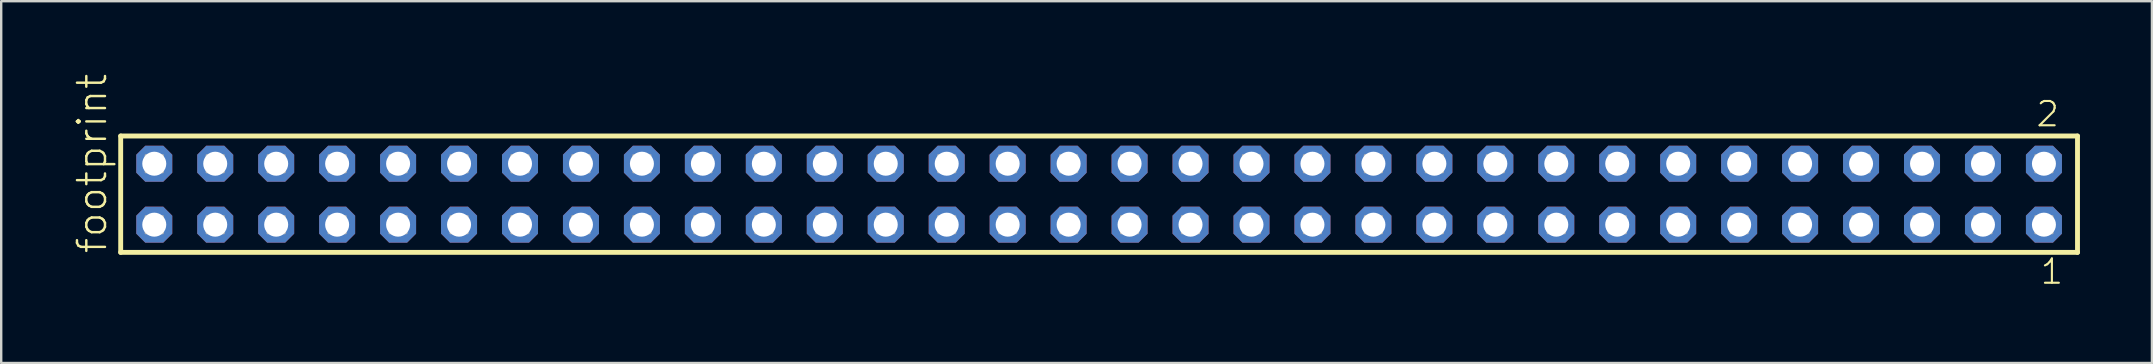
<source format=kicad_pcb>
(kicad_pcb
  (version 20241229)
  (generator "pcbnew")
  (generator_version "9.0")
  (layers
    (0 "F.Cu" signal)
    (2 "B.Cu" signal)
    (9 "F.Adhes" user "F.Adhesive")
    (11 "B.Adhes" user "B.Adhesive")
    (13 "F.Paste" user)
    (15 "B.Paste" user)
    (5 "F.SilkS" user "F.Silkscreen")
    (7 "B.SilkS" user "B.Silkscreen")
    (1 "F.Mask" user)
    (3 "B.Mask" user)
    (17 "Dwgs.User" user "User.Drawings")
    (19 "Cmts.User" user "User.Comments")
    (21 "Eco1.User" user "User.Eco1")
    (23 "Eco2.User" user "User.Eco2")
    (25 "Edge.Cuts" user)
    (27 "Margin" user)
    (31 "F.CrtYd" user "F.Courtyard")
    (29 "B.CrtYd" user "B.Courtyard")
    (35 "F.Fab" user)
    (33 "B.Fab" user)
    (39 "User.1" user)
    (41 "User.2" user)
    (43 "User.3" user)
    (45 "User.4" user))
  (footprint "footprint"
    (layer "F.Cu")
    (at 42.748 5.042)
    (property "Reference" "footprint" (at -41.275 2.54 90) (layer "F.SilkS") (effects (font (size 1.168 1.168) (thickness 0.102)) (justify left bottom)))
    (fp_line (start -40.769 -2.425) (end 40.769 -2.425) (stroke (width 0.203) (type solid)) (layer "F.SilkS"))
    (fp_line (start -40.769 2.425) (end -40.769 -2.425) (stroke (width 0.203) (type solid)) (layer "F.SilkS"))
    (fp_line (start 40.769 -2.425) (end 40.769 2.425) (stroke (width 0.203) (type solid)) (layer "F.SilkS"))
    (fp_line (start 40.769 2.425) (end -40.769 2.425) (stroke (width 0.203) (type solid)) (layer "F.SilkS"))
    (fp_poly (pts (xy -39.72 -0.92) (xy -39.02 -0.92) (xy -39.02 -1.62) (xy -39.72 -1.62)) (stroke (width 0.1) (type solid)) (fill no) (layer "F.Fab"))
    (fp_poly (pts (xy -39.72 1.62) (xy -39.02 1.62) (xy -39.02 0.92) (xy -39.72 0.92)) (stroke (width 0.1) (type solid)) (fill no) (layer "F.Fab"))
    (fp_poly (pts (xy -37.18 -0.92) (xy -36.48 -0.92) (xy -36.48 -1.62) (xy -37.18 -1.62)) (stroke (width 0.1) (type solid)) (fill no) (layer "F.Fab"))
    (fp_poly (pts (xy -37.18 1.62) (xy -36.48 1.62) (xy -36.48 0.92) (xy -37.18 0.92)) (stroke (width 0.1) (type solid)) (fill no) (layer "F.Fab"))
    (fp_poly (pts (xy -34.64 -0.92) (xy -33.94 -0.92) (xy -33.94 -1.62) (xy -34.64 -1.62)) (stroke (width 0.1) (type solid)) (fill no) (layer "F.Fab"))
    (fp_poly (pts (xy -34.64 1.62) (xy -33.94 1.62) (xy -33.94 0.92) (xy -34.64 0.92)) (stroke (width 0.1) (type solid)) (fill no) (layer "F.Fab"))
    (fp_poly (pts (xy -32.1 -0.92) (xy -31.4 -0.92) (xy -31.4 -1.62) (xy -32.1 -1.62)) (stroke (width 0.1) (type solid)) (fill no) (layer "F.Fab"))
    (fp_poly (pts (xy -32.1 1.62) (xy -31.4 1.62) (xy -31.4 0.92) (xy -32.1 0.92)) (stroke (width 0.1) (type solid)) (fill no) (layer "F.Fab"))
    (fp_poly (pts (xy -29.56 -0.92) (xy -28.86 -0.92) (xy -28.86 -1.62) (xy -29.56 -1.62)) (stroke (width 0.1) (type solid)) (fill no) (layer "F.Fab"))
    (fp_poly (pts (xy -29.56 1.62) (xy -28.86 1.62) (xy -28.86 0.92) (xy -29.56 0.92)) (stroke (width 0.1) (type solid)) (fill no) (layer "F.Fab"))
    (fp_poly (pts (xy -27.02 -0.92) (xy -26.32 -0.92) (xy -26.32 -1.62) (xy -27.02 -1.62)) (stroke (width 0.1) (type solid)) (fill no) (layer "F.Fab"))
    (fp_poly (pts (xy -27.02 1.62) (xy -26.32 1.62) (xy -26.32 0.92) (xy -27.02 0.92)) (stroke (width 0.1) (type solid)) (fill no) (layer "F.Fab"))
    (fp_poly (pts (xy -24.48 -0.92) (xy -23.78 -0.92) (xy -23.78 -1.62) (xy -24.48 -1.62)) (stroke (width 0.1) (type solid)) (fill no) (layer "F.Fab"))
    (fp_poly (pts (xy -24.48 1.62) (xy -23.78 1.62) (xy -23.78 0.92) (xy -24.48 0.92)) (stroke (width 0.1) (type solid)) (fill no) (layer "F.Fab"))
    (fp_poly (pts (xy -21.94 -0.92) (xy -21.24 -0.92) (xy -21.24 -1.62) (xy -21.94 -1.62)) (stroke (width 0.1) (type solid)) (fill no) (layer "F.Fab"))
    (fp_poly (pts (xy -21.94 1.62) (xy -21.24 1.62) (xy -21.24 0.92) (xy -21.94 0.92)) (stroke (width 0.1) (type solid)) (fill no) (layer "F.Fab"))
    (fp_poly (pts (xy -19.4 -0.92) (xy -18.7 -0.92) (xy -18.7 -1.62) (xy -19.4 -1.62)) (stroke (width 0.1) (type solid)) (fill no) (layer "F.Fab"))
    (fp_poly (pts (xy -19.4 1.62) (xy -18.7 1.62) (xy -18.7 0.92) (xy -19.4 0.92)) (stroke (width 0.1) (type solid)) (fill no) (layer "F.Fab"))
    (fp_poly (pts (xy -16.86 -0.92) (xy -16.16 -0.92) (xy -16.16 -1.62) (xy -16.86 -1.62)) (stroke (width 0.1) (type solid)) (fill no) (layer "F.Fab"))
    (fp_poly (pts (xy -16.86 1.62) (xy -16.16 1.62) (xy -16.16 0.92) (xy -16.86 0.92)) (stroke (width 0.1) (type solid)) (fill no) (layer "F.Fab"))
    (fp_poly (pts (xy -14.32 -0.92) (xy -13.62 -0.92) (xy -13.62 -1.62) (xy -14.32 -1.62)) (stroke (width 0.1) (type solid)) (fill no) (layer "F.Fab"))
    (fp_poly (pts (xy -14.32 1.62) (xy -13.62 1.62) (xy -13.62 0.92) (xy -14.32 0.92)) (stroke (width 0.1) (type solid)) (fill no) (layer "F.Fab"))
    (fp_poly (pts (xy -11.78 -0.92) (xy -11.08 -0.92) (xy -11.08 -1.62) (xy -11.78 -1.62)) (stroke (width 0.1) (type solid)) (fill no) (layer "F.Fab"))
    (fp_poly (pts (xy -11.78 1.62) (xy -11.08 1.62) (xy -11.08 0.92) (xy -11.78 0.92)) (stroke (width 0.1) (type solid)) (fill no) (layer "F.Fab"))
    (fp_poly (pts (xy -9.24 -0.92) (xy -8.54 -0.92) (xy -8.54 -1.62) (xy -9.24 -1.62)) (stroke (width 0.1) (type solid)) (fill no) (layer "F.Fab"))
    (fp_poly (pts (xy -9.24 1.62) (xy -8.54 1.62) (xy -8.54 0.92) (xy -9.24 0.92)) (stroke (width 0.1) (type solid)) (fill no) (layer "F.Fab"))
    (fp_poly (pts (xy -6.7 -0.92) (xy -6 -0.92) (xy -6 -1.62) (xy -6.7 -1.62)) (stroke (width 0.1) (type solid)) (fill no) (layer "F.Fab"))
    (fp_poly (pts (xy -6.7 1.62) (xy -6 1.62) (xy -6 0.92) (xy -6.7 0.92)) (stroke (width 0.1) (type solid)) (fill no) (layer "F.Fab"))
    (fp_poly (pts (xy -4.16 -0.92) (xy -3.46 -0.92) (xy -3.46 -1.62) (xy -4.16 -1.62)) (stroke (width 0.1) (type solid)) (fill no) (layer "F.Fab"))
    (fp_poly (pts (xy -4.16 1.62) (xy -3.46 1.62) (xy -3.46 0.92) (xy -4.16 0.92)) (stroke (width 0.1) (type solid)) (fill no) (layer "F.Fab"))
    (fp_poly (pts (xy -1.62 -0.92) (xy -0.92 -0.92) (xy -0.92 -1.62) (xy -1.62 -1.62)) (stroke (width 0.1) (type solid)) (fill no) (layer "F.Fab"))
    (fp_poly (pts (xy -1.62 1.62) (xy -0.92 1.62) (xy -0.92 0.92) (xy -1.62 0.92)) (stroke (width 0.1) (type solid)) (fill no) (layer "F.Fab"))
    (fp_poly (pts (xy 0.92 -0.92) (xy 1.62 -0.92) (xy 1.62 -1.62) (xy 0.92 -1.62)) (stroke (width 0.1) (type solid)) (fill no) (layer "F.Fab"))
    (fp_poly (pts (xy 0.92 1.62) (xy 1.62 1.62) (xy 1.62 0.92) (xy 0.92 0.92)) (stroke (width 0.1) (type solid)) (fill no) (layer "F.Fab"))
    (fp_poly (pts (xy 3.46 -0.92) (xy 4.16 -0.92) (xy 4.16 -1.62) (xy 3.46 -1.62)) (stroke (width 0.1) (type solid)) (fill no) (layer "F.Fab"))
    (fp_poly (pts (xy 3.46 1.62) (xy 4.16 1.62) (xy 4.16 0.92) (xy 3.46 0.92)) (stroke (width 0.1) (type solid)) (fill no) (layer "F.Fab"))
    (fp_poly (pts (xy 6 -0.92) (xy 6.7 -0.92) (xy 6.7 -1.62) (xy 6 -1.62)) (stroke (width 0.1) (type solid)) (fill no) (layer "F.Fab"))
    (fp_poly (pts (xy 6 1.62) (xy 6.7 1.62) (xy 6.7 0.92) (xy 6 0.92)) (stroke (width 0.1) (type solid)) (fill no) (layer "F.Fab"))
    (fp_poly (pts (xy 8.54 -0.92) (xy 9.24 -0.92) (xy 9.24 -1.62) (xy 8.54 -1.62)) (stroke (width 0.1) (type solid)) (fill no) (layer "F.Fab"))
    (fp_poly (pts (xy 8.54 1.62) (xy 9.24 1.62) (xy 9.24 0.92) (xy 8.54 0.92)) (stroke (width 0.1) (type solid)) (fill no) (layer "F.Fab"))
    (fp_poly (pts (xy 11.08 -0.92) (xy 11.78 -0.92) (xy 11.78 -1.62) (xy 11.08 -1.62)) (stroke (width 0.1) (type solid)) (fill no) (layer "F.Fab"))
    (fp_poly (pts (xy 11.08 1.62) (xy 11.78 1.62) (xy 11.78 0.92) (xy 11.08 0.92)) (stroke (width 0.1) (type solid)) (fill no) (layer "F.Fab"))
    (fp_poly (pts (xy 13.62 -0.92) (xy 14.32 -0.92) (xy 14.32 -1.62) (xy 13.62 -1.62)) (stroke (width 0.1) (type solid)) (fill no) (layer "F.Fab"))
    (fp_poly (pts (xy 13.62 1.62) (xy 14.32 1.62) (xy 14.32 0.92) (xy 13.62 0.92)) (stroke (width 0.1) (type solid)) (fill no) (layer "F.Fab"))
    (fp_poly (pts (xy 16.16 -0.92) (xy 16.86 -0.92) (xy 16.86 -1.62) (xy 16.16 -1.62)) (stroke (width 0.1) (type solid)) (fill no) (layer "F.Fab"))
    (fp_poly (pts (xy 16.16 1.62) (xy 16.86 1.62) (xy 16.86 0.92) (xy 16.16 0.92)) (stroke (width 0.1) (type solid)) (fill no) (layer "F.Fab"))
    (fp_poly (pts (xy 18.7 -0.92) (xy 19.4 -0.92) (xy 19.4 -1.62) (xy 18.7 -1.62)) (stroke (width 0.1) (type solid)) (fill no) (layer "F.Fab"))
    (fp_poly (pts (xy 18.7 1.62) (xy 19.4 1.62) (xy 19.4 0.92) (xy 18.7 0.92)) (stroke (width 0.1) (type solid)) (fill no) (layer "F.Fab"))
    (fp_poly (pts (xy 21.24 -0.92) (xy 21.94 -0.92) (xy 21.94 -1.62) (xy 21.24 -1.62)) (stroke (width 0.1) (type solid)) (fill no) (layer "F.Fab"))
    (fp_poly (pts (xy 21.24 1.62) (xy 21.94 1.62) (xy 21.94 0.92) (xy 21.24 0.92)) (stroke (width 0.1) (type solid)) (fill no) (layer "F.Fab"))
    (fp_poly (pts (xy 23.78 -0.92) (xy 24.48 -0.92) (xy 24.48 -1.62) (xy 23.78 -1.62)) (stroke (width 0.1) (type solid)) (fill no) (layer "F.Fab"))
    (fp_poly (pts (xy 23.78 1.62) (xy 24.48 1.62) (xy 24.48 0.92) (xy 23.78 0.92)) (stroke (width 0.1) (type solid)) (fill no) (layer "F.Fab"))
    (fp_poly (pts (xy 26.32 -0.92) (xy 27.02 -0.92) (xy 27.02 -1.62) (xy 26.32 -1.62)) (stroke (width 0.1) (type solid)) (fill no) (layer "F.Fab"))
    (fp_poly (pts (xy 26.32 1.62) (xy 27.02 1.62) (xy 27.02 0.92) (xy 26.32 0.92)) (stroke (width 0.1) (type solid)) (fill no) (layer "F.Fab"))
    (fp_poly (pts (xy 28.86 -0.92) (xy 29.56 -0.92) (xy 29.56 -1.62) (xy 28.86 -1.62)) (stroke (width 0.1) (type solid)) (fill no) (layer "F.Fab"))
    (fp_poly (pts (xy 28.86 1.62) (xy 29.56 1.62) (xy 29.56 0.92) (xy 28.86 0.92)) (stroke (width 0.1) (type solid)) (fill no) (layer "F.Fab"))
    (fp_poly (pts (xy 31.4 -0.92) (xy 32.1 -0.92) (xy 32.1 -1.62) (xy 31.4 -1.62)) (stroke (width 0.1) (type solid)) (fill no) (layer "F.Fab"))
    (fp_poly (pts (xy 31.4 1.62) (xy 32.1 1.62) (xy 32.1 0.92) (xy 31.4 0.92)) (stroke (width 0.1) (type solid)) (fill no) (layer "F.Fab"))
    (fp_poly (pts (xy 33.94 -0.92) (xy 34.64 -0.92) (xy 34.64 -1.62) (xy 33.94 -1.62)) (stroke (width 0.1) (type solid)) (fill no) (layer "F.Fab"))
    (fp_poly (pts (xy 33.94 1.62) (xy 34.64 1.62) (xy 34.64 0.92) (xy 33.94 0.92)) (stroke (width 0.1) (type solid)) (fill no) (layer "F.Fab"))
    (fp_poly (pts (xy 36.48 -0.92) (xy 37.18 -0.92) (xy 37.18 -1.62) (xy 36.48 -1.62)) (stroke (width 0.1) (type solid)) (fill no) (layer "F.Fab"))
    (fp_poly (pts (xy 36.48 1.62) (xy 37.18 1.62) (xy 37.18 0.92) (xy 36.48 0.92)) (stroke (width 0.1) (type solid)) (fill no) (layer "F.Fab"))
    (fp_poly (pts (xy 39.02 -0.92) (xy 39.72 -0.92) (xy 39.72 -1.62) (xy 39.02 -1.62)) (stroke (width 0.1) (type solid)) (fill no) (layer "F.Fab"))
    (fp_poly (pts (xy 39.02 1.62) (xy 39.72 1.62) (xy 39.72 0.92) (xy 39.02 0.92)) (stroke (width 0.1) (type solid)) (fill no) (layer "F.Fab"))
    (fp_text user "1" (at 39.162 3.818 0) (layer "F.SilkS") (effects (font (size 1.012 1.012) (thickness 0.088)) (justify left bottom)))
    (fp_text user "2" (at 38.987 -2.744 0) (layer "F.SilkS") (effects (font (size 1.012 1.012) (thickness 0.088)) (justify left bottom)))
    (pad "1" thru_hole roundrect (at 39.37 1.27 180) (size 1.5 1.5) (drill 1) (layers "*.Cu" "*.Mask") (roundrect_rratio 0.25) (chamfer_ratio 0.25) (chamfer top_left top_right bottom_left bottom_right))
    (pad "2" thru_hole roundrect (at 39.37 -1.27 180) (size 1.5 1.5) (drill 1) (layers "*.Cu" "*.Mask") (roundrect_rratio 0.25) (chamfer_ratio 0.25) (chamfer top_left top_right bottom_left bottom_right))
    (pad "3" thru_hole roundrect (at 36.83 1.27 180) (size 1.5 1.5) (drill 1) (layers "*.Cu" "*.Mask") (roundrect_rratio 0.25) (chamfer_ratio 0.25) (chamfer top_left top_right bottom_left bottom_right))
    (pad "4" thru_hole roundrect (at 36.83 -1.27 180) (size 1.5 1.5) (drill 1) (layers "*.Cu" "*.Mask") (roundrect_rratio 0.25) (chamfer_ratio 0.25) (chamfer top_left top_right bottom_left bottom_right))
    (pad "5" thru_hole roundrect (at 34.29 1.27 180) (size 1.5 1.5) (drill 1) (layers "*.Cu" "*.Mask") (roundrect_rratio 0.25) (chamfer_ratio 0.25) (chamfer top_left top_right bottom_left bottom_right))
    (pad "6" thru_hole roundrect (at 34.29 -1.27 180) (size 1.5 1.5) (drill 1) (layers "*.Cu" "*.Mask") (roundrect_rratio 0.25) (chamfer_ratio 0.25) (chamfer top_left top_right bottom_left bottom_right))
    (pad "7" thru_hole roundrect (at 31.75 1.27 180) (size 1.5 1.5) (drill 1) (layers "*.Cu" "*.Mask") (roundrect_rratio 0.25) (chamfer_ratio 0.25) (chamfer top_left top_right bottom_left bottom_right))
    (pad "8" thru_hole roundrect (at 31.75 -1.27 180) (size 1.5 1.5) (drill 1) (layers "*.Cu" "*.Mask") (roundrect_rratio 0.25) (chamfer_ratio 0.25) (chamfer top_left top_right bottom_left bottom_right))
    (pad "9" thru_hole roundrect (at 29.21 1.27 180) (size 1.5 1.5) (drill 1) (layers "*.Cu" "*.Mask") (roundrect_rratio 0.25) (chamfer_ratio 0.25) (chamfer top_left top_right bottom_left bottom_right))
    (pad "10" thru_hole roundrect (at 29.21 -1.27 180) (size 1.5 1.5) (drill 1) (layers "*.Cu" "*.Mask") (roundrect_rratio 0.25) (chamfer_ratio 0.25) (chamfer top_left top_right bottom_left bottom_right))
    (pad "11" thru_hole roundrect (at 26.67 1.27 180) (size 1.5 1.5) (drill 1) (layers "*.Cu" "*.Mask") (roundrect_rratio 0.25) (chamfer_ratio 0.25) (chamfer top_left top_right bottom_left bottom_right))
    (pad "12" thru_hole roundrect (at 26.67 -1.27 180) (size 1.5 1.5) (drill 1) (layers "*.Cu" "*.Mask") (roundrect_rratio 0.25) (chamfer_ratio 0.25) (chamfer top_left top_right bottom_left bottom_right))
    (pad "13" thru_hole roundrect (at 24.13 1.27 180) (size 1.5 1.5) (drill 1) (layers "*.Cu" "*.Mask") (roundrect_rratio 0.25) (chamfer_ratio 0.25) (chamfer top_left top_right bottom_left bottom_right))
    (pad "14" thru_hole roundrect (at 24.13 -1.27 180) (size 1.5 1.5) (drill 1) (layers "*.Cu" "*.Mask") (roundrect_rratio 0.25) (chamfer_ratio 0.25) (chamfer top_left top_right bottom_left bottom_right))
    (pad "15" thru_hole roundrect (at 21.59 1.27 180) (size 1.5 1.5) (drill 1) (layers "*.Cu" "*.Mask") (roundrect_rratio 0.25) (chamfer_ratio 0.25) (chamfer top_left top_right bottom_left bottom_right))
    (pad "16" thru_hole roundrect (at 21.59 -1.27 180) (size 1.5 1.5) (drill 1) (layers "*.Cu" "*.Mask") (roundrect_rratio 0.25) (chamfer_ratio 0.25) (chamfer top_left top_right bottom_left bottom_right))
    (pad "17" thru_hole roundrect (at 19.05 1.27 180) (size 1.5 1.5) (drill 1) (layers "*.Cu" "*.Mask") (roundrect_rratio 0.25) (chamfer_ratio 0.25) (chamfer top_left top_right bottom_left bottom_right))
    (pad "18" thru_hole roundrect (at 19.05 -1.27 180) (size 1.5 1.5) (drill 1) (layers "*.Cu" "*.Mask") (roundrect_rratio 0.25) (chamfer_ratio 0.25) (chamfer top_left top_right bottom_left bottom_right))
    (pad "19" thru_hole roundrect (at 16.51 1.27 180) (size 1.5 1.5) (drill 1) (layers "*.Cu" "*.Mask") (roundrect_rratio 0.25) (chamfer_ratio 0.25) (chamfer top_left top_right bottom_left bottom_right))
    (pad "20" thru_hole roundrect (at 16.51 -1.27 180) (size 1.5 1.5) (drill 1) (layers "*.Cu" "*.Mask") (roundrect_rratio 0.25) (chamfer_ratio 0.25) (chamfer top_left top_right bottom_left bottom_right))
    (pad "21" thru_hole roundrect (at 13.97 1.27 180) (size 1.5 1.5) (drill 1) (layers "*.Cu" "*.Mask") (roundrect_rratio 0.25) (chamfer_ratio 0.25) (chamfer top_left top_right bottom_left bottom_right))
    (pad "22" thru_hole roundrect (at 13.97 -1.27 180) (size 1.5 1.5) (drill 1) (layers "*.Cu" "*.Mask") (roundrect_rratio 0.25) (chamfer_ratio 0.25) (chamfer top_left top_right bottom_left bottom_right))
    (pad "23" thru_hole roundrect (at 11.43 1.27 180) (size 1.5 1.5) (drill 1) (layers "*.Cu" "*.Mask") (roundrect_rratio 0.25) (chamfer_ratio 0.25) (chamfer top_left top_right bottom_left bottom_right))
    (pad "24" thru_hole roundrect (at 11.43 -1.27 180) (size 1.5 1.5) (drill 1) (layers "*.Cu" "*.Mask") (roundrect_rratio 0.25) (chamfer_ratio 0.25) (chamfer top_left top_right bottom_left bottom_right))
    (pad "25" thru_hole roundrect (at 8.89 1.27 180) (size 1.5 1.5) (drill 1) (layers "*.Cu" "*.Mask") (roundrect_rratio 0.25) (chamfer_ratio 0.25) (chamfer top_left top_right bottom_left bottom_right))
    (pad "26" thru_hole roundrect (at 8.89 -1.27 180) (size 1.5 1.5) (drill 1) (layers "*.Cu" "*.Mask") (roundrect_rratio 0.25) (chamfer_ratio 0.25) (chamfer top_left top_right bottom_left bottom_right))
    (pad "27" thru_hole roundrect (at 6.35 1.27 180) (size 1.5 1.5) (drill 1) (layers "*.Cu" "*.Mask") (roundrect_rratio 0.25) (chamfer_ratio 0.25) (chamfer top_left top_right bottom_left bottom_right))
    (pad "28" thru_hole roundrect (at 6.35 -1.27 180) (size 1.5 1.5) (drill 1) (layers "*.Cu" "*.Mask") (roundrect_rratio 0.25) (chamfer_ratio 0.25) (chamfer top_left top_right bottom_left bottom_right))
    (pad "29" thru_hole roundrect (at 3.81 1.27 180) (size 1.5 1.5) (drill 1) (layers "*.Cu" "*.Mask") (roundrect_rratio 0.25) (chamfer_ratio 0.25) (chamfer top_left top_right bottom_left bottom_right))
    (pad "30" thru_hole roundrect (at 3.81 -1.27 180) (size 1.5 1.5) (drill 1) (layers "*.Cu" "*.Mask") (roundrect_rratio 0.25) (chamfer_ratio 0.25) (chamfer top_left top_right bottom_left bottom_right))
    (pad "31" thru_hole roundrect (at 1.27 1.27 180) (size 1.5 1.5) (drill 1) (layers "*.Cu" "*.Mask") (roundrect_rratio 0.25) (chamfer_ratio 0.25) (chamfer top_left top_right bottom_left bottom_right))
    (pad "32" thru_hole roundrect (at 1.27 -1.27 180) (size 1.5 1.5) (drill 1) (layers "*.Cu" "*.Mask") (roundrect_rratio 0.25) (chamfer_ratio 0.25) (chamfer top_left top_right bottom_left bottom_right))
    (pad "33" thru_hole roundrect (at -1.27 1.27 180) (size 1.5 1.5) (drill 1) (layers "*.Cu" "*.Mask") (roundrect_rratio 0.25) (chamfer_ratio 0.25) (chamfer top_left top_right bottom_left bottom_right))
    (pad "34" thru_hole roundrect (at -1.27 -1.27 180) (size 1.5 1.5) (drill 1) (layers "*.Cu" "*.Mask") (roundrect_rratio 0.25) (chamfer_ratio 0.25) (chamfer top_left top_right bottom_left bottom_right))
    (pad "35" thru_hole roundrect (at -3.81 1.27 180) (size 1.5 1.5) (drill 1) (layers "*.Cu" "*.Mask") (roundrect_rratio 0.25) (chamfer_ratio 0.25) (chamfer top_left top_right bottom_left bottom_right))
    (pad "36" thru_hole roundrect (at -3.81 -1.27 180) (size 1.5 1.5) (drill 1) (layers "*.Cu" "*.Mask") (roundrect_rratio 0.25) (chamfer_ratio 0.25) (chamfer top_left top_right bottom_left bottom_right))
    (pad "37" thru_hole roundrect (at -6.35 1.27 180) (size 1.5 1.5) (drill 1) (layers "*.Cu" "*.Mask") (roundrect_rratio 0.25) (chamfer_ratio 0.25) (chamfer top_left top_right bottom_left bottom_right))
    (pad "38" thru_hole roundrect (at -6.35 -1.27 180) (size 1.5 1.5) (drill 1) (layers "*.Cu" "*.Mask") (roundrect_rratio 0.25) (chamfer_ratio 0.25) (chamfer top_left top_right bottom_left bottom_right))
    (pad "39" thru_hole roundrect (at -8.89 1.27 180) (size 1.5 1.5) (drill 1) (layers "*.Cu" "*.Mask") (roundrect_rratio 0.25) (chamfer_ratio 0.25) (chamfer top_left top_right bottom_left bottom_right))
    (pad "40" thru_hole roundrect (at -8.89 -1.27 180) (size 1.5 1.5) (drill 1) (layers "*.Cu" "*.Mask") (roundrect_rratio 0.25) (chamfer_ratio 0.25) (chamfer top_left top_right bottom_left bottom_right))
    (pad "41" thru_hole roundrect (at -11.43 1.27 180) (size 1.5 1.5) (drill 1) (layers "*.Cu" "*.Mask") (roundrect_rratio 0.25) (chamfer_ratio 0.25) (chamfer top_left top_right bottom_left bottom_right))
    (pad "42" thru_hole roundrect (at -11.43 -1.27 180) (size 1.5 1.5) (drill 1) (layers "*.Cu" "*.Mask") (roundrect_rratio 0.25) (chamfer_ratio 0.25) (chamfer top_left top_right bottom_left bottom_right))
    (pad "43" thru_hole roundrect (at -13.97 1.27 180) (size 1.5 1.5) (drill 1) (layers "*.Cu" "*.Mask") (roundrect_rratio 0.25) (chamfer_ratio 0.25) (chamfer top_left top_right bottom_left bottom_right))
    (pad "44" thru_hole roundrect (at -13.97 -1.27 180) (size 1.5 1.5) (drill 1) (layers "*.Cu" "*.Mask") (roundrect_rratio 0.25) (chamfer_ratio 0.25) (chamfer top_left top_right bottom_left bottom_right))
    (pad "45" thru_hole roundrect (at -16.51 1.27 180) (size 1.5 1.5) (drill 1) (layers "*.Cu" "*.Mask") (roundrect_rratio 0.25) (chamfer_ratio 0.25) (chamfer top_left top_right bottom_left bottom_right))
    (pad "46" thru_hole roundrect (at -16.51 -1.27 180) (size 1.5 1.5) (drill 1) (layers "*.Cu" "*.Mask") (roundrect_rratio 0.25) (chamfer_ratio 0.25) (chamfer top_left top_right bottom_left bottom_right))
    (pad "47" thru_hole roundrect (at -19.05 1.27 180) (size 1.5 1.5) (drill 1) (layers "*.Cu" "*.Mask") (roundrect_rratio 0.25) (chamfer_ratio 0.25) (chamfer top_left top_right bottom_left bottom_right))
    (pad "48" thru_hole roundrect (at -19.05 -1.27 180) (size 1.5 1.5) (drill 1) (layers "*.Cu" "*.Mask") (roundrect_rratio 0.25) (chamfer_ratio 0.25) (chamfer top_left top_right bottom_left bottom_right))
    (pad "49" thru_hole roundrect (at -21.59 1.27 180) (size 1.5 1.5) (drill 1) (layers "*.Cu" "*.Mask") (roundrect_rratio 0.25) (chamfer_ratio 0.25) (chamfer top_left top_right bottom_left bottom_right))
    (pad "50" thru_hole roundrect (at -21.59 -1.27 180) (size 1.5 1.5) (drill 1) (layers "*.Cu" "*.Mask") (roundrect_rratio 0.25) (chamfer_ratio 0.25) (chamfer top_left top_right bottom_left bottom_right))
    (pad "51" thru_hole roundrect (at -24.13 1.27 180) (size 1.5 1.5) (drill 1) (layers "*.Cu" "*.Mask") (roundrect_rratio 0.25) (chamfer_ratio 0.25) (chamfer top_left top_right bottom_left bottom_right))
    (pad "52" thru_hole roundrect (at -24.13 -1.27 180) (size 1.5 1.5) (drill 1) (layers "*.Cu" "*.Mask") (roundrect_rratio 0.25) (chamfer_ratio 0.25) (chamfer top_left top_right bottom_left bottom_right))
    (pad "53" thru_hole roundrect (at -26.67 1.27 180) (size 1.5 1.5) (drill 1) (layers "*.Cu" "*.Mask") (roundrect_rratio 0.25) (chamfer_ratio 0.25) (chamfer top_left top_right bottom_left bottom_right))
    (pad "54" thru_hole roundrect (at -26.67 -1.27 180) (size 1.5 1.5) (drill 1) (layers "*.Cu" "*.Mask") (roundrect_rratio 0.25) (chamfer_ratio 0.25) (chamfer top_left top_right bottom_left bottom_right))
    (pad "55" thru_hole roundrect (at -29.21 1.27 180) (size 1.5 1.5) (drill 1) (layers "*.Cu" "*.Mask") (roundrect_rratio 0.25) (chamfer_ratio 0.25) (chamfer top_left top_right bottom_left bottom_right))
    (pad "56" thru_hole roundrect (at -29.21 -1.27 180) (size 1.5 1.5) (drill 1) (layers "*.Cu" "*.Mask") (roundrect_rratio 0.25) (chamfer_ratio 0.25) (chamfer top_left top_right bottom_left bottom_right))
    (pad "57" thru_hole roundrect (at -31.75 1.27 180) (size 1.5 1.5) (drill 1) (layers "*.Cu" "*.Mask") (roundrect_rratio 0.25) (chamfer_ratio 0.25) (chamfer top_left top_right bottom_left bottom_right))
    (pad "58" thru_hole roundrect (at -31.75 -1.27 180) (size 1.5 1.5) (drill 1) (layers "*.Cu" "*.Mask") (roundrect_rratio 0.25) (chamfer_ratio 0.25) (chamfer top_left top_right bottom_left bottom_right))
    (pad "59" thru_hole roundrect (at -34.29 1.27 180) (size 1.5 1.5) (drill 1) (layers "*.Cu" "*.Mask") (roundrect_rratio 0.25) (chamfer_ratio 0.25) (chamfer top_left top_right bottom_left bottom_right))
    (pad "60" thru_hole roundrect (at -34.29 -1.27 180) (size 1.5 1.5) (drill 1) (layers "*.Cu" "*.Mask") (roundrect_rratio 0.25) (chamfer_ratio 0.25) (chamfer top_left top_right bottom_left bottom_right))
    (pad "61" thru_hole roundrect (at -36.83 1.27 180) (size 1.5 1.5) (drill 1) (layers "*.Cu" "*.Mask") (roundrect_rratio 0.25) (chamfer_ratio 0.25) (chamfer top_left top_right bottom_left bottom_right))
    (pad "62" thru_hole roundrect (at -36.83 -1.27 180) (size 1.5 1.5) (drill 1) (layers "*.Cu" "*.Mask") (roundrect_rratio 0.25) (chamfer_ratio 0.25) (chamfer top_left top_right bottom_left bottom_right))
    (pad "63" thru_hole roundrect (at -39.37 1.27 180) (size 1.5 1.5) (drill 1) (layers "*.Cu" "*.Mask") (roundrect_rratio 0.25) (chamfer_ratio 0.25) (chamfer top_left top_right bottom_left bottom_right))
    (pad "64" thru_hole roundrect (at -39.37 -1.27 180) (size 1.5 1.5) (drill 1) (layers "*.Cu" "*.Mask") (roundrect_rratio 0.25) (chamfer_ratio 0.25) (chamfer top_left top_right bottom_left bottom_right)))
  (gr_rect
    (start -3 -3)
    (end 86.619 12.077)
    (stroke (width 0.1) (type default))
    (fill no)
    (layer "Edge.Cuts")))
</source>
